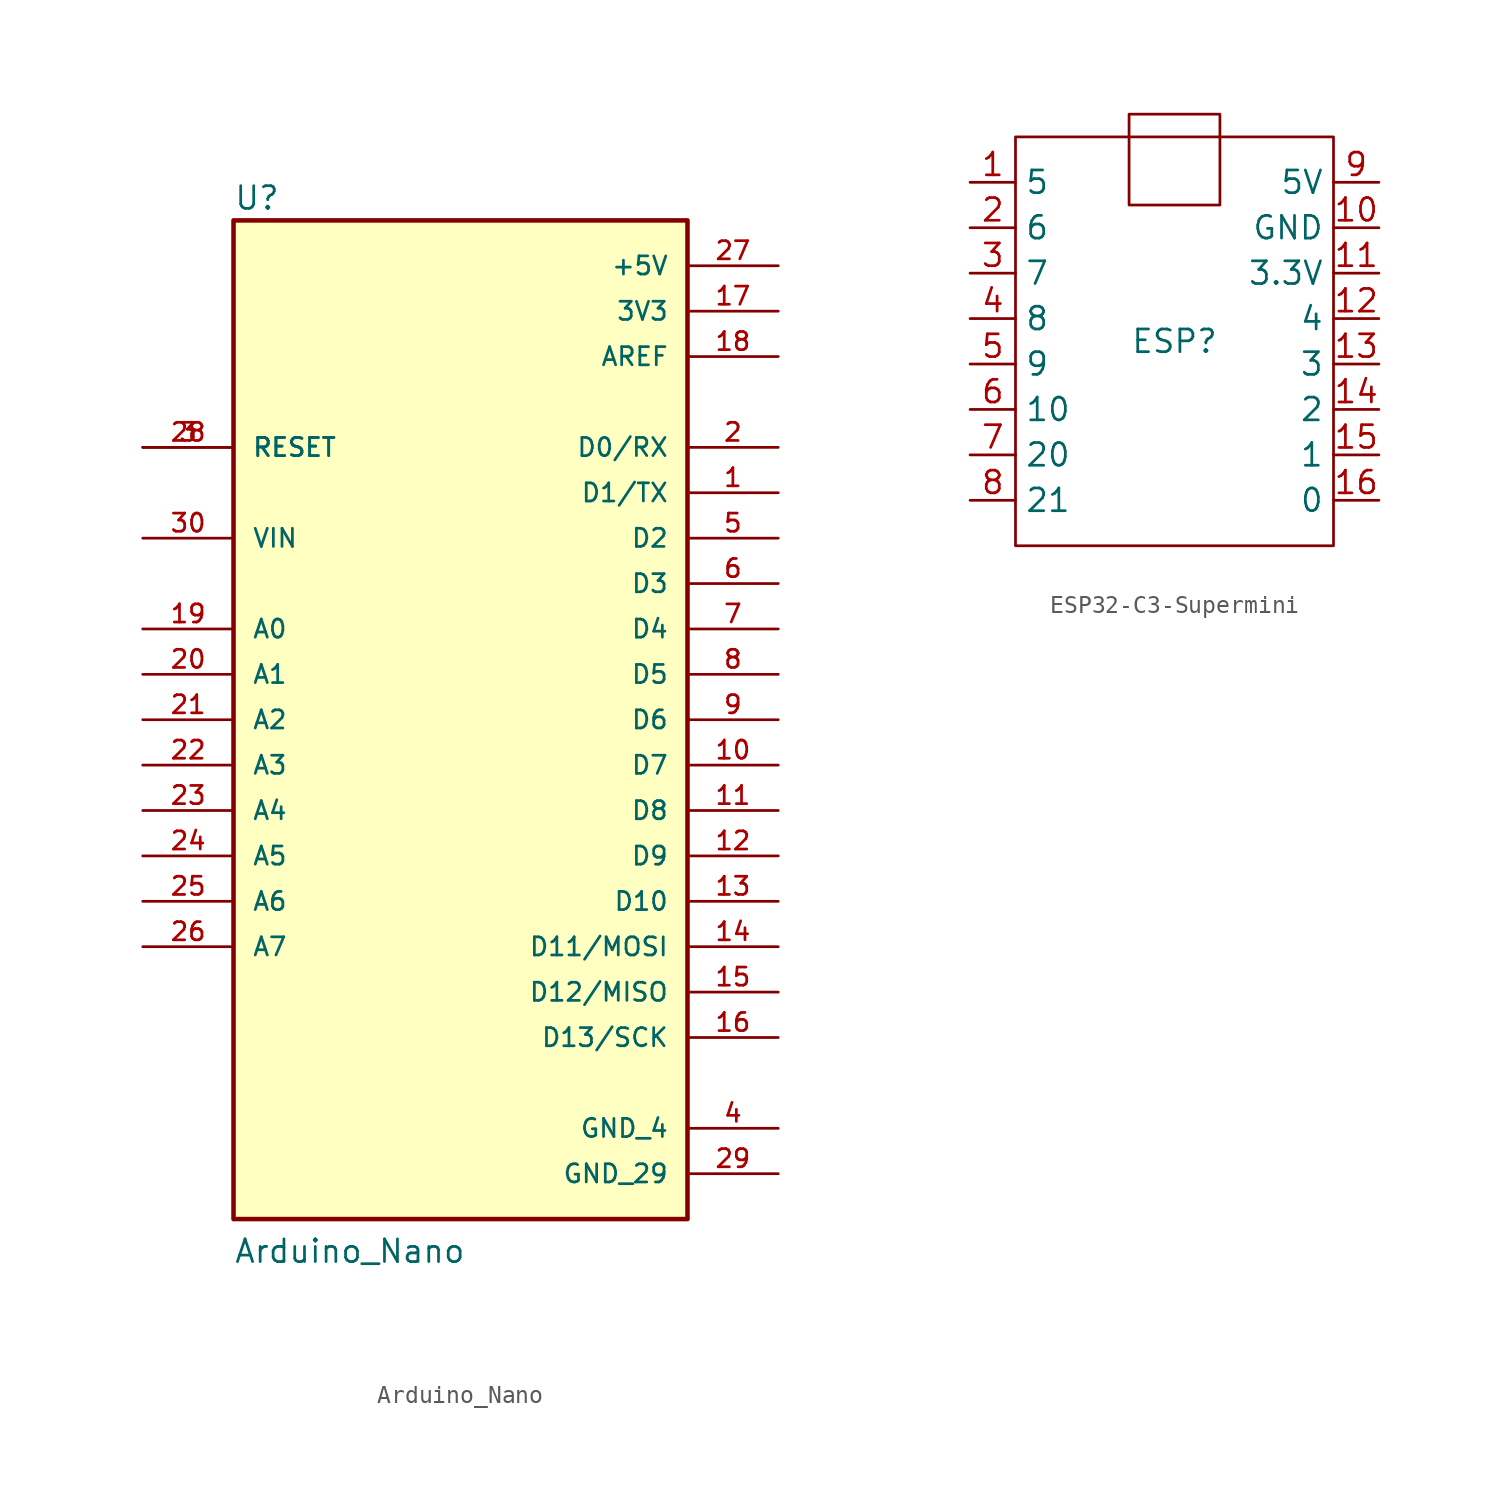
<source format=kicad_sym>
(kicad_symbol_lib
  (version 20241209)
  (generator "kicad_symbol_editor")
  (generator_version "9.0")
  (symbol "Arduino_Nano"
    (pin_names
      (offset 1.016))
    (property "Reference" "U"
      (at -12.7 28.448 0)
      (effects (font (size 1.27 1.27)) (justify left bottom)))
    (property "Value" "Arduino_Nano"
      (at -12.7 -30.48 0)
      (effects (font (size 1.27 1.27)) (justify left bottom)))
    (symbol "Arduino_Nano_0_0"
      (rectangle (start -12.7 27.94) (end 12.7 -27.94) (stroke (width 0.254) (type default)) (fill (type background)))
      (pin input line (at -17.78 15.24 0) (length 5.08) (name "RESET" (effects (font (size 1.016 1.016)))) (number "28" (effects (font (size 1.016 1.016)))))
      (pin input line (at -17.78 15.24 0) (length 5.08) (name "RESET" (effects (font (size 1.016 1.016)))) (number "3" (effects (font (size 1.016 1.016)))))
      (pin input line (at -17.78 10.16 0) (length 5.08) (name "VIN" (effects (font (size 1.016 1.016)))) (number "30" (effects (font (size 1.016 1.016)))))
      (pin input line (at -17.78 5.08 0) (length 5.08) (name "A0" (effects (font (size 1.016 1.016)))) (number "19" (effects (font (size 1.016 1.016)))))
      (pin input line (at -17.78 2.54 0) (length 5.08) (name "A1" (effects (font (size 1.016 1.016)))) (number "20" (effects (font (size 1.016 1.016)))))
      (pin input line (at -17.78 0 0) (length 5.08) (name "A2" (effects (font (size 1.016 1.016)))) (number "21" (effects (font (size 1.016 1.016)))))
      (pin input line (at -17.78 -2.54 0) (length 5.08) (name "A3" (effects (font (size 1.016 1.016)))) (number "22" (effects (font (size 1.016 1.016)))))
      (pin input line (at -17.78 -5.08 0) (length 5.08) (name "A4" (effects (font (size 1.016 1.016)))) (number "23" (effects (font (size 1.016 1.016)))))
      (pin input line (at -17.78 -7.62 0) (length 5.08) (name "A5" (effects (font (size 1.016 1.016)))) (number "24" (effects (font (size 1.016 1.016)))))
      (pin input line (at -17.78 -10.16 0) (length 5.08) (name "A6" (effects (font (size 1.016 1.016)))) (number "25" (effects (font (size 1.016 1.016)))))
      (pin input line (at -17.78 -12.7 0) (length 5.08) (name "A7" (effects (font (size 1.016 1.016)))) (number "26" (effects (font (size 1.016 1.016)))))
      (pin power_in line (at 17.78 25.4 180) (length 5.08) (name "+5V" (effects (font (size 1.016 1.016)))) (number "27" (effects (font (size 1.016 1.016)))))
      (pin power_in line (at 17.78 22.86 180) (length 5.08) (name "3V3" (effects (font (size 1.016 1.016)))) (number "17" (effects (font (size 1.016 1.016)))))
      (pin power_in line (at 17.78 20.32 180) (length 5.08) (name "AREF" (effects (font (size 1.016 1.016)))) (number "18" (effects (font (size 1.016 1.016)))))
      (pin bidirectional line (at 17.78 15.24 180) (length 5.08) (name "D0/RX" (effects (font (size 1.016 1.016)))) (number "2" (effects (font (size 1.016 1.016)))))
      (pin bidirectional line (at 17.78 12.7 180) (length 5.08) (name "D1/TX" (effects (font (size 1.016 1.016)))) (number "1" (effects (font (size 1.016 1.016)))))
      (pin bidirectional line (at 17.78 10.16 180) (length 5.08) (name "D2" (effects (font (size 1.016 1.016)))) (number "5" (effects (font (size 1.016 1.016)))))
      (pin bidirectional line (at 17.78 7.62 180) (length 5.08) (name "D3" (effects (font (size 1.016 1.016)))) (number "6" (effects (font (size 1.016 1.016)))))
      (pin bidirectional line (at 17.78 5.08 180) (length 5.08) (name "D4" (effects (font (size 1.016 1.016)))) (number "7" (effects (font (size 1.016 1.016)))))
      (pin bidirectional line (at 17.78 2.54 180) (length 5.08) (name "D5" (effects (font (size 1.016 1.016)))) (number "8" (effects (font (size 1.016 1.016)))))
      (pin bidirectional line (at 17.78 0 180) (length 5.08) (name "D6" (effects (font (size 1.016 1.016)))) (number "9" (effects (font (size 1.016 1.016)))))
      (pin bidirectional line (at 17.78 -2.54 180) (length 5.08) (name "D7" (effects (font (size 1.016 1.016)))) (number "10" (effects (font (size 1.016 1.016)))))
      (pin bidirectional line (at 17.78 -5.08 180) (length 5.08) (name "D8" (effects (font (size 1.016 1.016)))) (number "11" (effects (font (size 1.016 1.016)))))
      (pin bidirectional line (at 17.78 -7.62 180) (length 5.08) (name "D9" (effects (font (size 1.016 1.016)))) (number "12" (effects (font (size 1.016 1.016)))))
      (pin bidirectional line (at 17.78 -10.16 180) (length 5.08) (name "D10" (effects (font (size 1.016 1.016)))) (number "13" (effects (font (size 1.016 1.016)))))
      (pin bidirectional line (at 17.78 -12.7 180) (length 5.08) (name "D11/MOSI" (effects (font (size 1.016 1.016)))) (number "14" (effects (font (size 1.016 1.016)))))
      (pin bidirectional line (at 17.78 -15.24 180) (length 5.08) (name "D12/MISO" (effects (font (size 1.016 1.016)))) (number "15" (effects (font (size 1.016 1.016)))))
      (pin bidirectional line (at 17.78 -17.78 180) (length 5.08) (name "D13/SCK" (effects (font (size 1.016 1.016)))) (number "16" (effects (font (size 1.016 1.016)))))
      (pin power_in line (at 17.78 -22.86 180) (length 5.08) (name "GND_4" (effects (font (size 1.016 1.016)))) (number "4" (effects (font (size 1.016 1.016)))))
      (pin power_in line (at 17.78 -25.4 180) (length 5.08) (name "GND_29" (effects (font (size 1.016 1.016)))) (number "29" (effects (font (size 1.016 1.016)))))))
  (symbol "ESP32-C3-Supermini"
    (property "Reference" "ESP"
      (at 0 -1.27 0)
      (effects (font (size 1.27 1.27))))
    (symbol "ESP32-C3-Supermini_0_1"
      (rectangle (start -8.89 10.16) (end 8.89 -12.7) (stroke (width 0) (type default)) (fill (type none)))
      (rectangle (start -2.54 11.43) (end 2.54 6.35) (stroke (width 0) (type default)) (fill (type none))))
    (symbol "ESP32-C3-Supermini_1_1"
      (pin bidirectional line (at -11.43 7.62 0) (length 2.54) (name "5" (effects (font (size 1.27 1.27)))) (number "1" (effects (font (size 1.27 1.27)))))
      (pin bidirectional line (at -11.43 5.08 0) (length 2.54) (name "6" (effects (font (size 1.27 1.27)))) (number "2" (effects (font (size 1.27 1.27)))))
      (pin bidirectional line (at -11.43 2.54 0) (length 2.54) (name "7" (effects (font (size 1.27 1.27)))) (number "3" (effects (font (size 1.27 1.27)))))
      (pin bidirectional line (at -11.43 0 0) (length 2.54) (name "8" (effects (font (size 1.27 1.27)))) (number "4" (effects (font (size 1.27 1.27)))))
      (pin bidirectional line (at -11.43 -2.54 0) (length 2.54) (name "9" (effects (font (size 1.27 1.27)))) (number "5" (effects (font (size 1.27 1.27)))))
      (pin bidirectional line (at -11.43 -5.08 0) (length 2.54) (name "10" (effects (font (size 1.27 1.27)))) (number "6" (effects (font (size 1.27 1.27)))))
      (pin bidirectional line (at -11.43 -7.62 0) (length 2.54) (name "20" (effects (font (size 1.27 1.27)))) (number "7" (effects (font (size 1.27 1.27)))))
      (pin bidirectional line (at -11.43 -10.16 0) (length 2.54) (name "21" (effects (font (size 1.27 1.27)))) (number "8" (effects (font (size 1.27 1.27)))))
      (pin power_in line (at 11.43 7.62 180) (length 2.54) (name "5V" (effects (font (size 1.27 1.27)))) (number "9" (effects (font (size 1.27 1.27)))))
      (pin power_in line (at 11.43 5.08 180) (length 2.54) (name "GND" (effects (font (size 1.27 1.27)))) (number "10" (effects (font (size 1.27 1.27)))))
      (pin power_in line (at 11.43 2.54 180) (length 2.54) (name "3.3V" (effects (font (size 1.27 1.27)))) (number "11" (effects (font (size 1.27 1.27)))))
      (pin bidirectional line (at 11.43 0 180) (length 2.54) (name "4" (effects (font (size 1.27 1.27)))) (number "12" (effects (font (size 1.27 1.27)))))
      (pin bidirectional line (at 11.43 -2.54 180) (length 2.54) (name "3" (effects (font (size 1.27 1.27)))) (number "13" (effects (font (size 1.27 1.27)))))
      (pin bidirectional line (at 11.43 -5.08 180) (length 2.54) (name "2" (effects (font (size 1.27 1.27)))) (number "14" (effects (font (size 1.27 1.27)))))
      (pin bidirectional line (at 11.43 -7.62 180) (length 2.54) (name "1" (effects (font (size 1.27 1.27)))) (number "15" (effects (font (size 1.27 1.27)))))
      (pin bidirectional line (at 11.43 -10.16 180) (length 2.54) (name "0" (effects (font (size 1.27 1.27)))) (number "16" (effects (font (size 1.27 1.27))))))))
</source>
